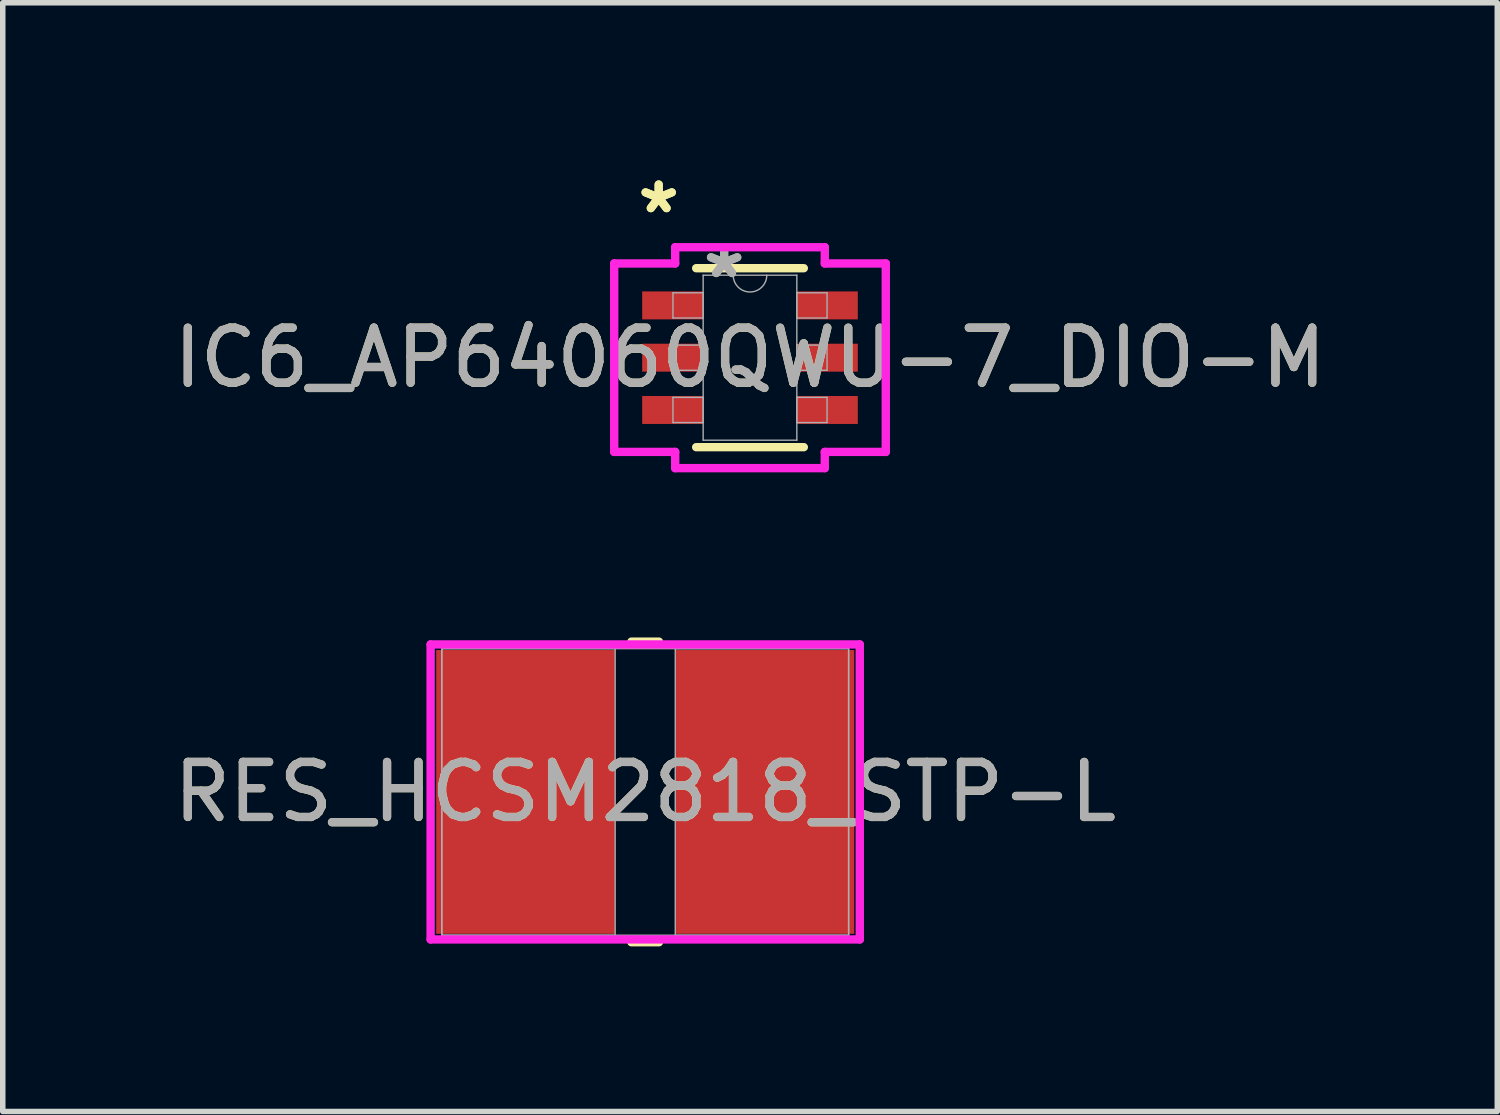
<source format=kicad_pcb>
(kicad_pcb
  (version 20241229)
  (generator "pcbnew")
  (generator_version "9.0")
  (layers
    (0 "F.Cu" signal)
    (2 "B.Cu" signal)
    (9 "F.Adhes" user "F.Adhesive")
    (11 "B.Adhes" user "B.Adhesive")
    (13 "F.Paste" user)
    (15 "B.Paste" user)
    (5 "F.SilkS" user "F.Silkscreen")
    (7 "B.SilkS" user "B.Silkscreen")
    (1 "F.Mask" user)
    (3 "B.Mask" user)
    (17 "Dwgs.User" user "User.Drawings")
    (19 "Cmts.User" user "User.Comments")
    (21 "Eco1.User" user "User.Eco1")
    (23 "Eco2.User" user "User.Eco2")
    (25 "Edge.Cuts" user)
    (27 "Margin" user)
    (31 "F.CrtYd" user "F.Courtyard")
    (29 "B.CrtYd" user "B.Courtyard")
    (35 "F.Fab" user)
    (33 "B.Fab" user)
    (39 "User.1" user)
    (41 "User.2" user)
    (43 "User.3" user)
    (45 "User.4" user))
  (footprint "RES_HCSM2818_STP-L"
    (layer "F.Cu")
    (at 8.673 11.339)
    (property "Reference" "RES_HCSM2818_STP-L" (at 0 0 0) (unlocked yes) (layer "F.SilkS") (effects (font (size 1 1) (thickness 0.15))))
    (attr smd)
    (fp_line (start -0.25 2.731) (end 0.25 2.731) (stroke (width 0.152) (type solid)) (layer "F.SilkS"))
    (fp_line (start 0.25 -2.731) (end -0.25 -2.731) (stroke (width 0.152) (type solid)) (layer "F.SilkS"))
    (fp_line (start -3.899 -2.68) (end 3.899 -2.68) (stroke (width 0.152) (type solid)) (layer "F.CrtYd"))
    (fp_line (start -3.899 2.68) (end -3.899 -2.68) (stroke (width 0.152) (type solid)) (layer "F.CrtYd"))
    (fp_line (start 3.899 -2.68) (end 3.899 2.68) (stroke (width 0.152) (type solid)) (layer "F.CrtYd"))
    (fp_line (start 3.899 2.68) (end -3.899 2.68) (stroke (width 0.152) (type solid)) (layer "F.CrtYd"))
    (fp_line (start -3.696 -2.603) (end -3.696 2.603) (stroke (width 0.025) (type solid)) (layer "F.Fab"))
    (fp_line (start -3.696 -2.603) (end -3.696 2.603) (stroke (width 0.025) (type solid)) (layer "F.Fab"))
    (fp_line (start -3.696 2.603) (end -0.546 2.603) (stroke (width 0.025) (type solid)) (layer "F.Fab"))
    (fp_line (start -3.696 2.603) (end 3.696 2.603) (stroke (width 0.025) (type solid)) (layer "F.Fab"))
    (fp_line (start -0.546 -2.603) (end -3.696 -2.603) (stroke (width 0.025) (type solid)) (layer "F.Fab"))
    (fp_line (start -0.546 2.603) (end -0.546 -2.603) (stroke (width 0.025) (type solid)) (layer "F.Fab"))
    (fp_line (start 0.546 -2.603) (end 0.546 2.603) (stroke (width 0.025) (type solid)) (layer "F.Fab"))
    (fp_line (start 0.546 2.603) (end 3.696 2.603) (stroke (width 0.025) (type solid)) (layer "F.Fab"))
    (fp_line (start 3.696 -2.603) (end -3.696 -2.603) (stroke (width 0.025) (type solid)) (layer "F.Fab"))
    (fp_line (start 3.696 -2.603) (end 0.546 -2.603) (stroke (width 0.025) (type solid)) (layer "F.Fab"))
    (fp_line (start 3.696 2.603) (end 3.696 -2.603) (stroke (width 0.025) (type solid)) (layer "F.Fab"))
    (fp_line (start 3.696 2.603) (end 3.696 -2.603) (stroke (width 0.025) (type solid)) (layer "F.Fab"))
    (fp_text user "${REFERENCE}" (at 0 0 0) (unlocked yes) (layer "F.Fab") (effects (font (size 1 1) (thickness 0.15))))
    (pad "1" smd rect (at -2.172 0) (size 3.251 5.156) (layers "F.Cu" "F.Mask" "F.Paste"))
    (pad "2" smd rect (at 2.172 0) (size 3.251 5.156) (layers "F.Cu" "F.Mask" "F.Paste"))
    (zone (net_name "") (layer "F.Cu") (hatch full 0.508) (connect_pads) (min_thickness 0.254) (filled_areas_thickness no) (keepout (tracks not_allowed) (vias not_allowed) (pads allowed) (copperpour not_allowed) (footprints allowed)) (placement (enabled no)) (fill) (polygon (pts (xy 8.177 8.786) (xy 9.168 8.786) (xy 9.168 13.891) (xy 8.177 13.891)))))
  (footprint "IC6_AP64060QWU-7_DIO-M"
    (layer "F.Cu")
    (at 10.577 3.449)
    (property "Reference" "IC6_AP64060QWU-7_DIO-M" (at 0 0 0) (unlocked yes) (layer "F.SilkS") (effects (font (size 1 1) (thickness 0.15))))
    (attr smd)
    (fp_line (start -0.978 1.626) (end 0.978 1.626) (stroke (width 0.152) (type solid)) (layer "F.SilkS"))
    (fp_line (start 0.978 -1.626) (end -0.978 -1.626) (stroke (width 0.152) (type solid)) (layer "F.SilkS"))
    (fp_line (start -2.467 -1.712) (end -1.359 -1.712) (stroke (width 0.152) (type solid)) (layer "F.CrtYd"))
    (fp_line (start -2.467 1.712) (end -2.467 -1.712) (stroke (width 0.152) (type solid)) (layer "F.CrtYd"))
    (fp_line (start -2.467 1.712) (end -1.359 1.712) (stroke (width 0.152) (type solid)) (layer "F.CrtYd"))
    (fp_line (start -1.359 -2.007) (end 1.359 -2.007) (stroke (width 0.152) (type solid)) (layer "F.CrtYd"))
    (fp_line (start -1.359 -1.712) (end -1.359 -2.007) (stroke (width 0.152) (type solid)) (layer "F.CrtYd"))
    (fp_line (start -1.359 2.007) (end -1.359 1.712) (stroke (width 0.152) (type solid)) (layer "F.CrtYd"))
    (fp_line (start 1.359 -2.007) (end 1.359 -1.712) (stroke (width 0.152) (type solid)) (layer "F.CrtYd"))
    (fp_line (start 1.359 1.712) (end 1.359 2.007) (stroke (width 0.152) (type solid)) (layer "F.CrtYd"))
    (fp_line (start 1.359 2.007) (end -1.359 2.007) (stroke (width 0.152) (type solid)) (layer "F.CrtYd"))
    (fp_line (start 2.467 -1.712) (end 1.359 -1.712) (stroke (width 0.152) (type solid)) (layer "F.CrtYd"))
    (fp_line (start 2.467 -1.712) (end 2.467 1.712) (stroke (width 0.152) (type solid)) (layer "F.CrtYd"))
    (fp_line (start 2.467 1.712) (end 1.359 1.712) (stroke (width 0.152) (type solid)) (layer "F.CrtYd"))
    (fp_line (start -1.4 -1.179) (end -1.4 -0.721) (stroke (width 0.025) (type solid)) (layer "F.Fab"))
    (fp_line (start -1.4 -0.721) (end -0.851 -0.721) (stroke (width 0.025) (type solid)) (layer "F.Fab"))
    (fp_line (start -1.4 -0.229) (end -1.4 0.229) (stroke (width 0.025) (type solid)) (layer "F.Fab"))
    (fp_line (start -1.4 0.229) (end -0.851 0.229) (stroke (width 0.025) (type solid)) (layer "F.Fab"))
    (fp_line (start -1.4 0.721) (end -1.4 1.179) (stroke (width 0.025) (type solid)) (layer "F.Fab"))
    (fp_line (start -1.4 1.179) (end -0.851 1.179) (stroke (width 0.025) (type solid)) (layer "F.Fab"))
    (fp_line (start -0.851 -1.499) (end -0.851 1.499) (stroke (width 0.025) (type solid)) (layer "F.Fab"))
    (fp_line (start -0.851 -1.179) (end -1.4 -1.179) (stroke (width 0.025) (type solid)) (layer "F.Fab"))
    (fp_line (start -0.851 -0.721) (end -0.851 -1.179) (stroke (width 0.025) (type solid)) (layer "F.Fab"))
    (fp_line (start -0.851 -0.229) (end -1.4 -0.229) (stroke (width 0.025) (type solid)) (layer "F.Fab"))
    (fp_line (start -0.851 0.229) (end -0.851 -0.229) (stroke (width 0.025) (type solid)) (layer "F.Fab"))
    (fp_line (start -0.851 0.721) (end -1.4 0.721) (stroke (width 0.025) (type solid)) (layer "F.Fab"))
    (fp_line (start -0.851 1.179) (end -0.851 0.721) (stroke (width 0.025) (type solid)) (layer "F.Fab"))
    (fp_line (start -0.851 1.499) (end 0.851 1.499) (stroke (width 0.025) (type solid)) (layer "F.Fab"))
    (fp_line (start 0.851 -1.499) (end -0.851 -1.499) (stroke (width 0.025) (type solid)) (layer "F.Fab"))
    (fp_line (start 0.851 -1.179) (end 0.851 -0.721) (stroke (width 0.025) (type solid)) (layer "F.Fab"))
    (fp_line (start 0.851 -0.721) (end 1.4 -0.721) (stroke (width 0.025) (type solid)) (layer "F.Fab"))
    (fp_line (start 0.851 -0.229) (end 0.851 0.229) (stroke (width 0.025) (type solid)) (layer "F.Fab"))
    (fp_line (start 0.851 0.229) (end 1.4 0.229) (stroke (width 0.025) (type solid)) (layer "F.Fab"))
    (fp_line (start 0.851 0.721) (end 0.851 1.179) (stroke (width 0.025) (type solid)) (layer "F.Fab"))
    (fp_line (start 0.851 1.179) (end 1.4 1.179) (stroke (width 0.025) (type solid)) (layer "F.Fab"))
    (fp_line (start 0.851 1.499) (end 0.851 -1.499) (stroke (width 0.025) (type solid)) (layer "F.Fab"))
    (fp_line (start 1.4 -1.179) (end 0.851 -1.179) (stroke (width 0.025) (type solid)) (layer "F.Fab"))
    (fp_line (start 1.4 -0.721) (end 1.4 -1.179) (stroke (width 0.025) (type solid)) (layer "F.Fab"))
    (fp_line (start 1.4 -0.229) (end 0.851 -0.229) (stroke (width 0.025) (type solid)) (layer "F.Fab"))
    (fp_line (start 1.4 0.229) (end 1.4 -0.229) (stroke (width 0.025) (type solid)) (layer "F.Fab"))
    (fp_line (start 1.4 0.721) (end 0.851 0.721) (stroke (width 0.025) (type solid)) (layer "F.Fab"))
    (fp_line (start 1.4 1.179) (end 1.4 0.721) (stroke (width 0.025) (type solid)) (layer "F.Fab"))
    (fp_arc (start 0.3048 -1.4986) (mid 0 -1.1938) (end -0.3048 -1.4986) (stroke (width 0.0254) (type solid)) (layer "F.Fab"))
    (fp_text user "*" (at -1.659 -2.601 0) (unlocked yes) (layer "F.SilkS") (effects (font (size 1 1) (thickness 0.15))))
    (fp_text user "*" (at -1.659 -2.601 0) (layer "F.SilkS") (effects (font (size 1 1) (thickness 0.15))))
    (fp_text user "*" (at -0.47 -1.422 0) (layer "F.Fab") (effects (font (size 1 1) (thickness 0.15))))
    (fp_text user "*" (at -0.47 -1.422 0) (unlocked yes) (layer "F.Fab") (effects (font (size 1 1) (thickness 0.15))))
    (fp_text user "${REFERENCE}" (at 0 0 0) (unlocked yes) (layer "F.Fab") (effects (font (size 1 1) (thickness 0.15))))
    (pad "1" smd rect (at -1.405 -0.95) (size 1.108 0.508) (layers "F.Cu" "F.Mask" "F.Paste"))
    (pad "2" smd rect (at -1.405 0) (size 1.108 0.508) (layers "F.Cu" "F.Mask" "F.Paste"))
    (pad "3" smd rect (at -1.405 0.95) (size 1.108 0.508) (layers "F.Cu" "F.Mask" "F.Paste"))
    (pad "4" smd rect (at 1.405 0.95) (size 1.108 0.508) (layers "F.Cu" "F.Mask" "F.Paste"))
    (pad "5" smd rect (at 1.405 0) (size 1.108 0.508) (layers "F.Cu" "F.Mask" "F.Paste"))
    (pad "6" smd rect (at 1.405 -0.95) (size 1.108 0.508) (layers "F.Cu" "F.Mask" "F.Paste")))
  (gr_rect
    (start -3 -3)
    (end 24.155 17.145)
    (stroke (width 0.1) (type default))
    (fill no)
    (layer "Edge.Cuts")))
</source>
